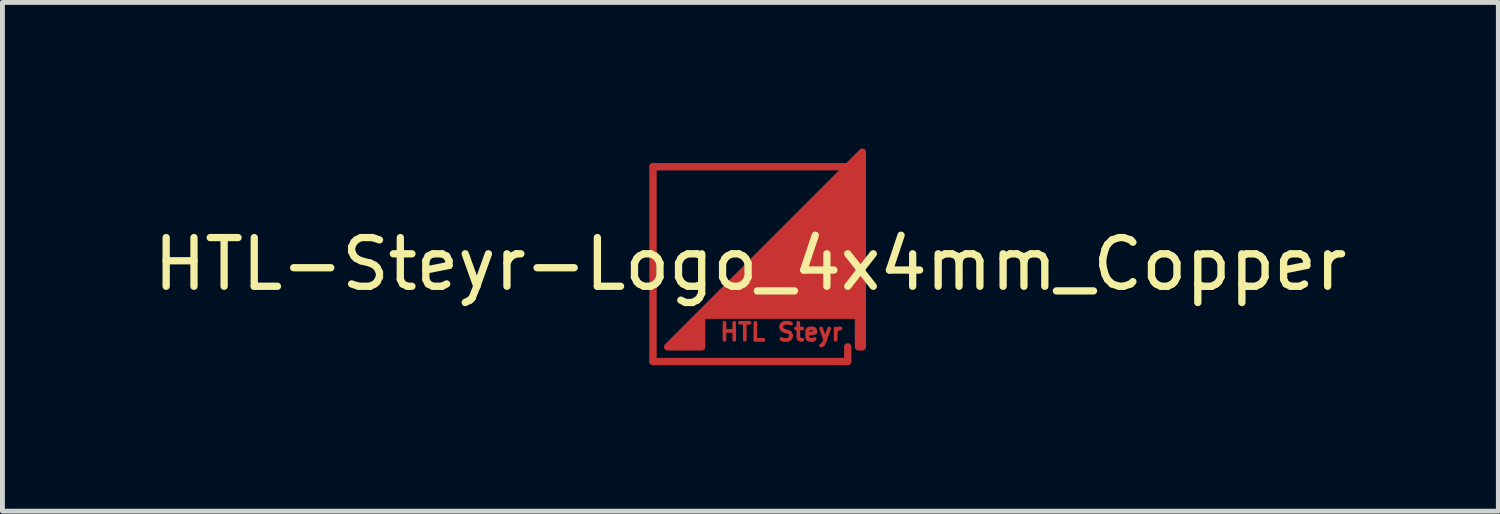
<source format=kicad_pcb>
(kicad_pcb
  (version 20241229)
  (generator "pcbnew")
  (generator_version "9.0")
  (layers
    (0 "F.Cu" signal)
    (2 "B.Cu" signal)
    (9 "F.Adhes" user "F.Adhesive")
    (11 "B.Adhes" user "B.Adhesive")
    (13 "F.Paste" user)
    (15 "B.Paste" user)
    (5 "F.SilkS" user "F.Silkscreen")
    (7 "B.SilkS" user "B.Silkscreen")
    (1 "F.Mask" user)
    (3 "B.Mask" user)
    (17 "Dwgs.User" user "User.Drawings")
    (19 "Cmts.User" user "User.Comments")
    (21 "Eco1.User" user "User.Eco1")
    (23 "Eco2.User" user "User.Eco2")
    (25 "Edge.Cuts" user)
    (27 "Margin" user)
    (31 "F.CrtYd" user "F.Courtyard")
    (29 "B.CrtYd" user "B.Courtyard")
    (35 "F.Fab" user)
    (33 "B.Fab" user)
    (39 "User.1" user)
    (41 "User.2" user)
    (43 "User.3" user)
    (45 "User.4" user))
  (footprint "HTL-Steyr-Logo_4x4mm_Copper"
    (layer "F.Cu")
    (at 12.363 2.375)
    (property "Reference" "HTL-Steyr-Logo_4x4mm_Copper" (at 0 0 0) (layer "F.SilkS") (effects (font (size 1 1) (thickness 0.15))))
    (attr exclude_from_pos_files exclude_from_bom)
    (fp_line (start -2 -2) (end -2 2) (stroke (width 0.15) (type solid)) (layer "F.Cu"))
    (fp_line (start -2 2) (end 2 2) (stroke (width 0.15) (type solid)) (layer "F.Cu"))
    (fp_line (start 2 -2) (end -2 -2) (stroke (width 0.15) (type solid)) (layer "F.Cu"))
    (fp_line (start 2 2) (end 2 1.7) (stroke (width 0.15) (type solid)) (layer "F.Cu"))
    (fp_poly (pts (xy 2.3 -2.3) (xy 2.3 1.7) (xy -1 1.7) (xy 2.22 1.7) (xy 2.22 1.05) (xy -1 1.05) (xy -1 1.7) (xy -1.7 1.7)) (stroke (width 0.15) (type solid)) (fill yes) (layer "F.Cu"))
    (fp_text user "HTL Steyr" (at 0.635 1.397 0) (layer "F.Cu") (effects (font (size 0.35 0.35) (thickness 0.075)))))
  (gr_rect
    (start -3 -3)
    (end 27.726 7.45)
    (stroke (width 0.1) (type default))
    (fill no)
    (layer "Edge.Cuts")))
</source>
